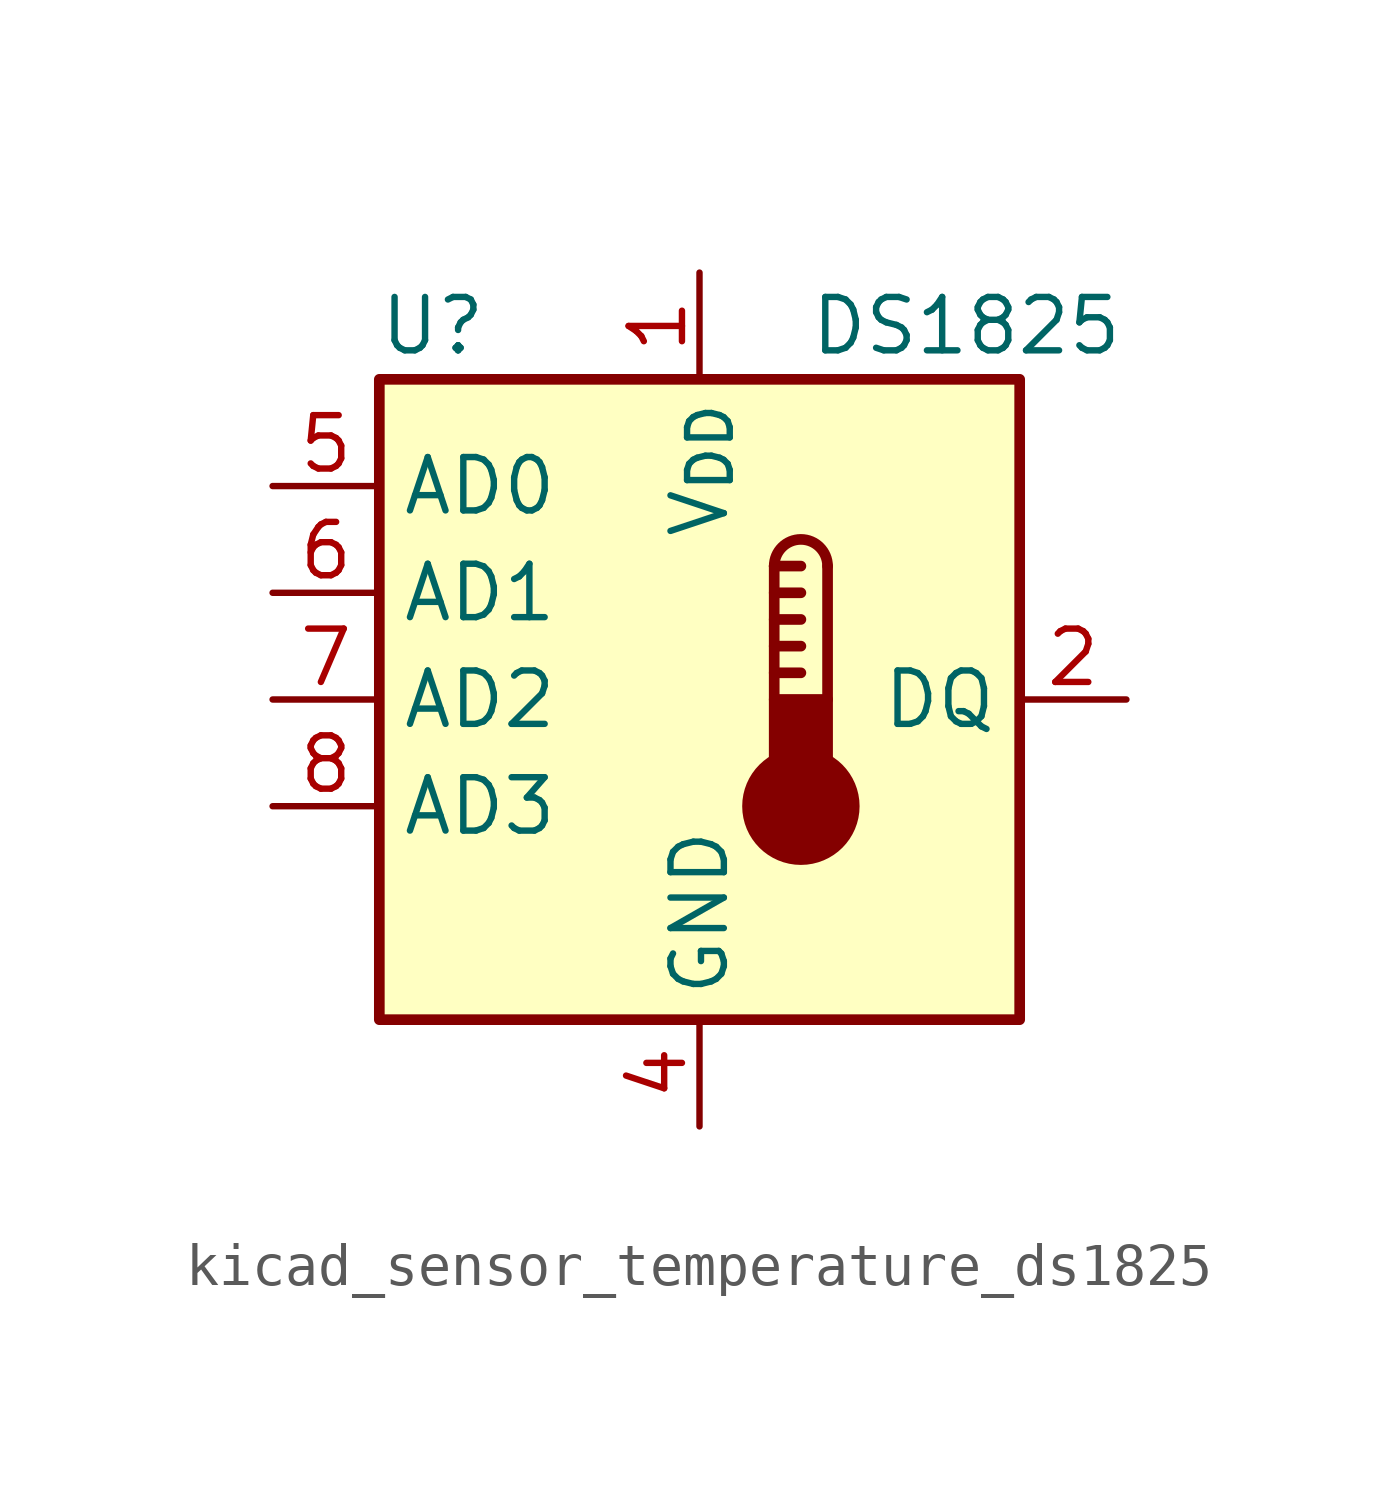
<source format=kicad_sym>
(kicad_symbol_lib
  (version 20220914)
  (generator kicad_symbol_editor)
  (symbol "kicad_sensor_temperature_ds1825"
    (property "Reference" "U"
      (at -6.35 8.89 0)
      (effects (font (size 1.27 1.27))))
    (property "Value" "DS1825"
      (at 6.35 8.89 0)
      (effects (font (size 1.27 1.27))))
    (symbol "kicad_sensor_temperature_ds1825_0_1"
      (rectangle (start -7.62 7.62) (end 7.62 -7.62) (stroke (width 0.254) (type default)) (fill (type background)))
      (polyline (pts (xy 1.778 0.635) (xy 2.413 0.635)) (stroke (width 0.254) (type default)) (fill (type none)))
      (polyline (pts (xy 1.778 1.27) (xy 2.413 1.27)) (stroke (width 0.254) (type default)) (fill (type none)))
      (polyline (pts (xy 1.778 1.905) (xy 2.413 1.905)) (stroke (width 0.254) (type default)) (fill (type none)))
      (polyline (pts (xy 1.778 2.54) (xy 2.413 2.54)) (stroke (width 0.254) (type default)) (fill (type none)))
      (polyline (pts (xy 1.778 3.175) (xy 1.778 0)) (stroke (width 0.254) (type default)) (fill (type none)))
      (polyline (pts (xy 1.778 3.175) (xy 2.413 3.175)) (stroke (width 0.254) (type default)) (fill (type none)))
      (polyline (pts (xy 3.048 3.175) (xy 3.048 0)) (stroke (width 0.254) (type default)) (fill (type none)))
      (circle (center 2.413 -2.54) (radius 1.27) (stroke (width 0.254) (type default)) (fill (type outline)))
      (rectangle (start 3.048 -1.905) (end 1.778 0) (stroke (width 0.254) (type default)) (fill (type outline)))
      (arc (start 3.048 3.175) (mid 2.413 3.8073) (end 1.778 3.175) (stroke (width 0.254) (type default)) (fill (type none))))
    (symbol "kicad_sensor_temperature_ds1825_1_1"
      (pin power_in line (at 0 10.16 270) (length 2.54) (name "V_{DD}" (effects (font (size 1.27 1.27)))) (number "1" (effects (font (size 1.27 1.27)))))
      (pin bidirectional line (at 10.16 0 180) (length 2.54) (name "DQ" (effects (font (size 1.27 1.27)))) (number "2" (effects (font (size 1.27 1.27)))))
      (pin no_connect line (at -7.62 -5.08 0) (length 2.54) hide (name "NC" (effects (font (size 1.27 1.27)))) (number "3" (effects (font (size 1.27 1.27)))))
      (pin power_in line (at 0 -10.16 90) (length 2.54) (name "GND" (effects (font (size 1.27 1.27)))) (number "4" (effects (font (size 1.27 1.27)))))
      (pin input line (at -10.16 5.08 0) (length 2.54) (name "AD0" (effects (font (size 1.27 1.27)))) (number "5" (effects (font (size 1.27 1.27)))))
      (pin input line (at -10.16 2.54 0) (length 2.54) (name "AD1" (effects (font (size 1.27 1.27)))) (number "6" (effects (font (size 1.27 1.27)))))
      (pin input line (at -10.16 0 0) (length 2.54) (name "AD2" (effects (font (size 1.27 1.27)))) (number "7" (effects (font (size 1.27 1.27)))))
      (pin input line (at -10.16 -2.54 0) (length 2.54) (name "AD3" (effects (font (size 1.27 1.27)))) (number "8" (effects (font (size 1.27 1.27))))))))
</source>
